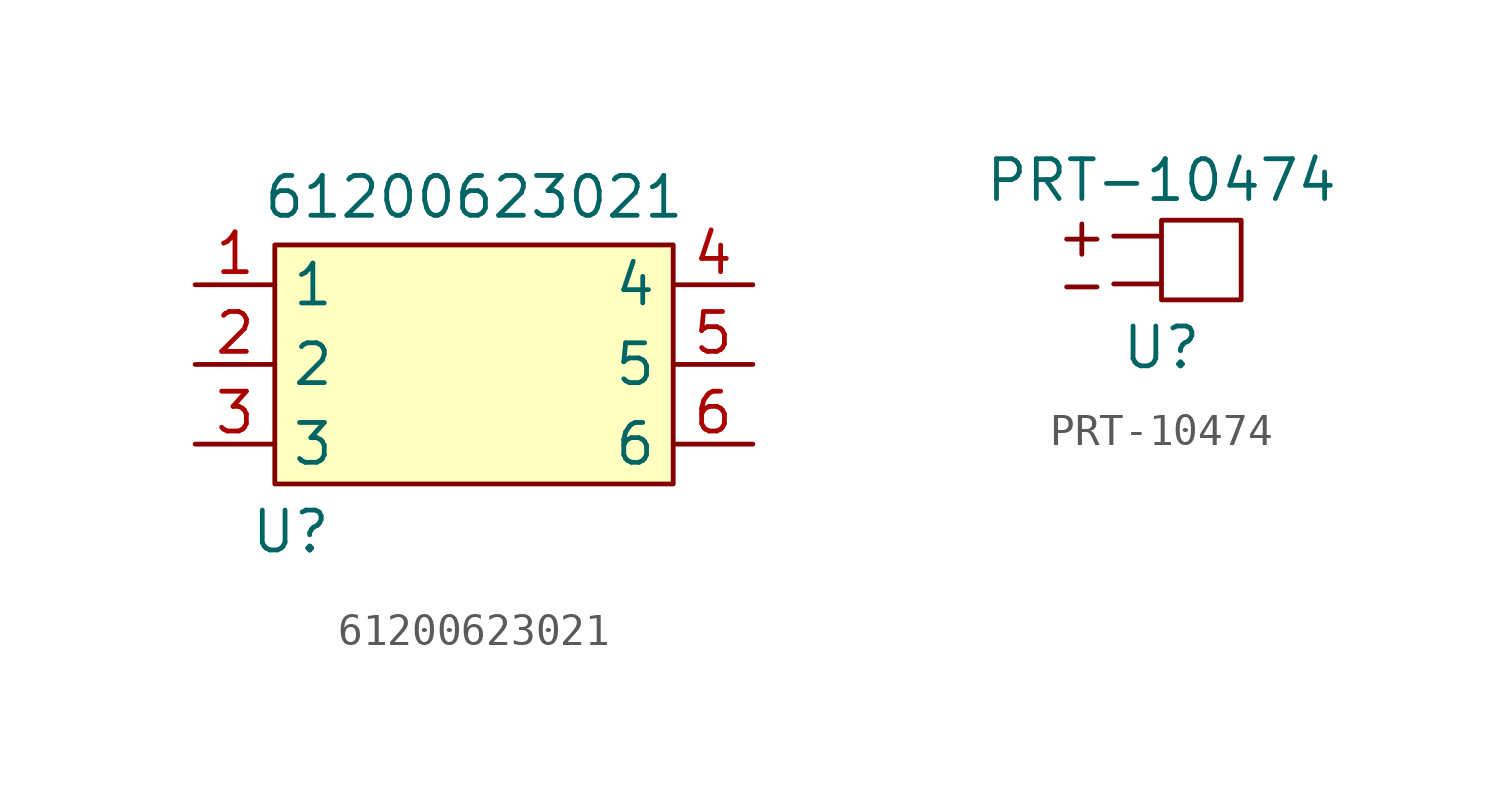
<source format=kicad_sym>
(kicad_symbol_lib
  (version 20211014)
  (generator kicad_symbol_editor)
  (symbol "61200623021"
    (property "Reference" "U"
      (at -5.842 -5.588 0)
      (effects (font (size 1.27 1.27))))
    (property "Value" "61200623021"
      (at 0 5.08 0)
      (effects (font (size 1.27 1.27))))
    (symbol "61200623021_0_1"
      (rectangle (start -6.35 3.556) (end 6.35 -4.064) (stroke (width 0) (type default) (color 0 0 0 0)) (fill (type background))))
    (symbol "61200623021_1_1"
      (pin input line (at -8.89 2.286 0) (length 2.54) (name "1" (effects (font (size 1.27 1.27)))) (number "1" (effects (font (size 1.27 1.27)))))
      (pin input line (at -8.89 -0.254 0) (length 2.54) (name "2" (effects (font (size 1.27 1.27)))) (number "2" (effects (font (size 1.27 1.27)))))
      (pin input line (at -8.89 -2.794 0) (length 2.54) (name "3" (effects (font (size 1.27 1.27)))) (number "3" (effects (font (size 1.27 1.27)))))
      (pin input line (at 8.89 2.286 180) (length 2.54) (name "4" (effects (font (size 1.27 1.27)))) (number "4" (effects (font (size 1.27 1.27)))))
      (pin input line (at 8.89 -0.254 180) (length 2.54) (name "5" (effects (font (size 1.27 1.27)))) (number "5" (effects (font (size 1.27 1.27)))))
      (pin input line (at 8.89 -2.794 180) (length 2.54) (name "6" (effects (font (size 1.27 1.27)))) (number "6" (effects (font (size 1.27 1.27)))))))
  (symbol "PRT-10474"
    (property "Reference" "U"
      (at 0 -2.794 0)
      (effects (font (size 1.27 1.27))))
    (property "Value" "PRT-10474"
      (at 0 2.54 0)
      (effects (font (size 1.27 1.27))))
    (symbol "PRT-10474_0_0"
      (text "+" (at -2.54 0.762 0) (effects (font (size 1.27 1.27))))
      (text "-" (at -2.54 -0.762 0) (effects (font (size 1.27 1.27)))))
    (symbol "PRT-10474_0_1"
      (polyline (pts (xy 0 -0.762) (xy -1.524 -0.762)) (stroke (width 0) (type default) (color 0 0 0 0)) (fill (type none)))
      (polyline (pts (xy 0 0.762) (xy -1.524 0.762)) (stroke (width 0) (type default) (color 0 0 0 0)) (fill (type none)))
      (polyline (pts (xy 0 1.27) (xy 0 -1.27) (xy 2.54 -1.27) (xy 2.54 1.27) (xy 0.254 1.27) (xy 0 1.27)) (stroke (width 0) (type default) (color 0 0 0 0)) (fill (type none))))))
</source>
